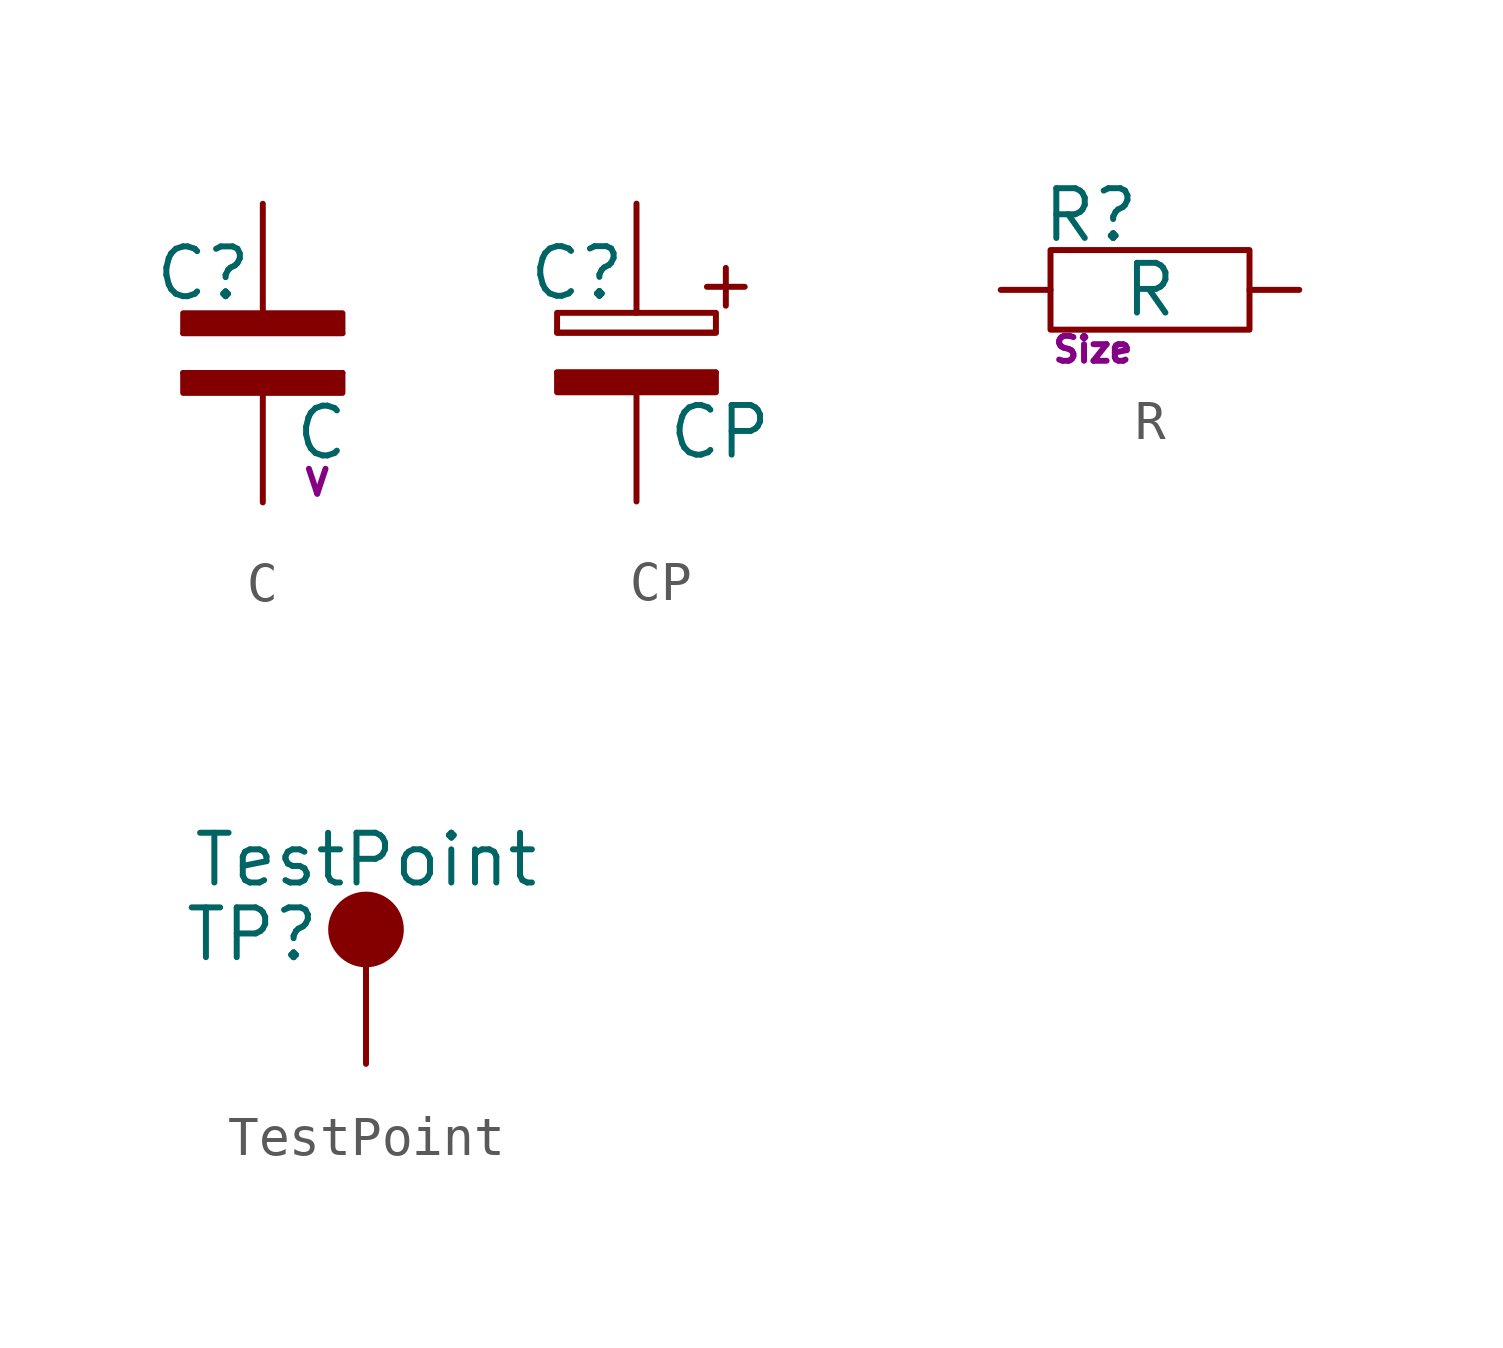
<source format=kicad_sym>
(kicad_symbol_lib
  (version 20220914)
  (generator kicad_symbol_editor)
  (symbol "C"
    (pin_numbers hide)
    (pin_names
      (offset 0) hide)
    (property "Reference" "C"
      (at -1.524 2.032 0)
      (effects (font (size 1.27 1.27))))
    (property "Value" "C"
      (at 0.762 -2.032 0)
      (effects (font (size 1.27 1.27)) (justify left)))
    (property "Voltage" "V"
      (at 1.016 -3.302 0)
      (effects (font (size 0.635 0.635)) (justify left)))
    (symbol "C_0_1"
      (polyline (pts (xy 2.032 -0.508) (xy -2.032 -0.508)) (stroke (width 0) (type solid)) (fill (type none)))
      (polyline (pts (xy 2.032 0.508) (xy -2.032 0.508)) (stroke (width 0) (type solid)) (fill (type none)))
      (rectangle (start 2.032 -0.508) (end -2.032 -1.016) (stroke (width 0) (type solid)) (fill (type outline)))
      (rectangle (start 2.032 0.508) (end -2.032 1.016) (stroke (width 0) (type solid)) (fill (type outline))))
    (symbol "C_1_1"
      (pin passive line (at 0 3.81 270) (length 2.794) (name "~" (effects (font (size 1.27 1.27)))) (number "1" (effects (font (size 1.27 1.27)))))
      (pin passive line (at 0 -3.81 90) (length 2.794) (name "~" (effects (font (size 1.27 1.27)))) (number "2" (effects (font (size 1.27 1.27)))))))
  (symbol "CP"
    (pin_numbers hide)
    (pin_names
      (offset 0) hide)
    (property "Reference" "C"
      (at -1.524 2.032 0)
      (effects (font (size 1.27 1.27))))
    (property "Value" "CP"
      (at 0.762 -2.032 0)
      (effects (font (size 1.27 1.27)) (justify left)))
    (symbol "CP_0_0"
      (text "+" (at 2.286 1.778 0) (effects (font (size 1.27 1.27)))))
    (symbol "CP_0_1"
      (polyline (pts (xy 2.032 -0.508) (xy -2.032 -0.508)) (stroke (width 0) (type solid)) (fill (type none)))
      (polyline (pts (xy 2.032 0.508) (xy -2.032 0.508)) (stroke (width 0) (type solid)) (fill (type none)))
      (rectangle (start 2.032 -0.508) (end -2.032 -1.016) (stroke (width 0) (type solid)) (fill (type outline)))
      (rectangle (start 2.032 0.508) (end -2.032 1.016) (stroke (width 0) (type solid)) (fill (type none))))
    (symbol "CP_1_1"
      (pin passive line (at 0 3.81 270) (length 2.794) (name "~" (effects (font (size 1.27 1.27)))) (number "A" (effects (font (size 1.27 1.27)))))
      (pin passive line (at 0 -3.81 90) (length 2.794) (name "~" (effects (font (size 1.27 1.27)))) (number "C" (effects (font (size 1.27 1.27)))))))
  (symbol "R"
    (pin_numbers hide)
    (pin_names
      (offset 0) hide)
    (property "Reference" "R"
      (at -2.794 1.905 0)
      (effects (font (size 1.27 1.27)) (justify left)))
    (property "Value" "R"
      (at 0 0 0)
      (effects (font (size 1.27 1.27))))
    (property "Size" "Size"
      (at -2.54 -1.524 0)
      (effects (font (size 0.635 0.635)) (justify left)))
    (symbol "R_0_1"
      (rectangle (start -2.54 1.016) (end 2.54 -1.016) (stroke (width 0) (type solid)) (fill (type none))))
    (symbol "R_1_1"
      (pin passive line (at -3.81 0 0) (length 1.27) (name "~" (effects (font (size 1.27 1.27)))) (number "1" (effects (font (size 1.27 1.27)))))
      (pin passive line (at 3.81 0 180) (length 1.27) (name "~" (effects (font (size 1.27 1.27)))) (number "2" (effects (font (size 1.27 1.27)))))))
  (symbol "TestPoint"
    (pin_numbers hide)
    (pin_names
      (offset 1.016) hide)
    (property "Reference" "TP"
      (at -1.143 0.762 0)
      (effects (font (size 1.27 1.27)) (justify right)))
    (property "Value" "TestPoint"
      (at 0 2.667 0)
      (effects (font (size 1.27 1.27))))
    (symbol "TestPoint_0_1"
      (circle (center 0 0.889) (radius 0.889) (stroke (width 0) (type solid)) (fill (type outline))))
    (symbol "TestPoint_1_1"
      (pin passive line (at 0 -2.54 90) (length 2.54) (name "1" (effects (font (size 1.27 1.27)))) (number "1" (effects (font (size 1.27 1.27))))))))
</source>
